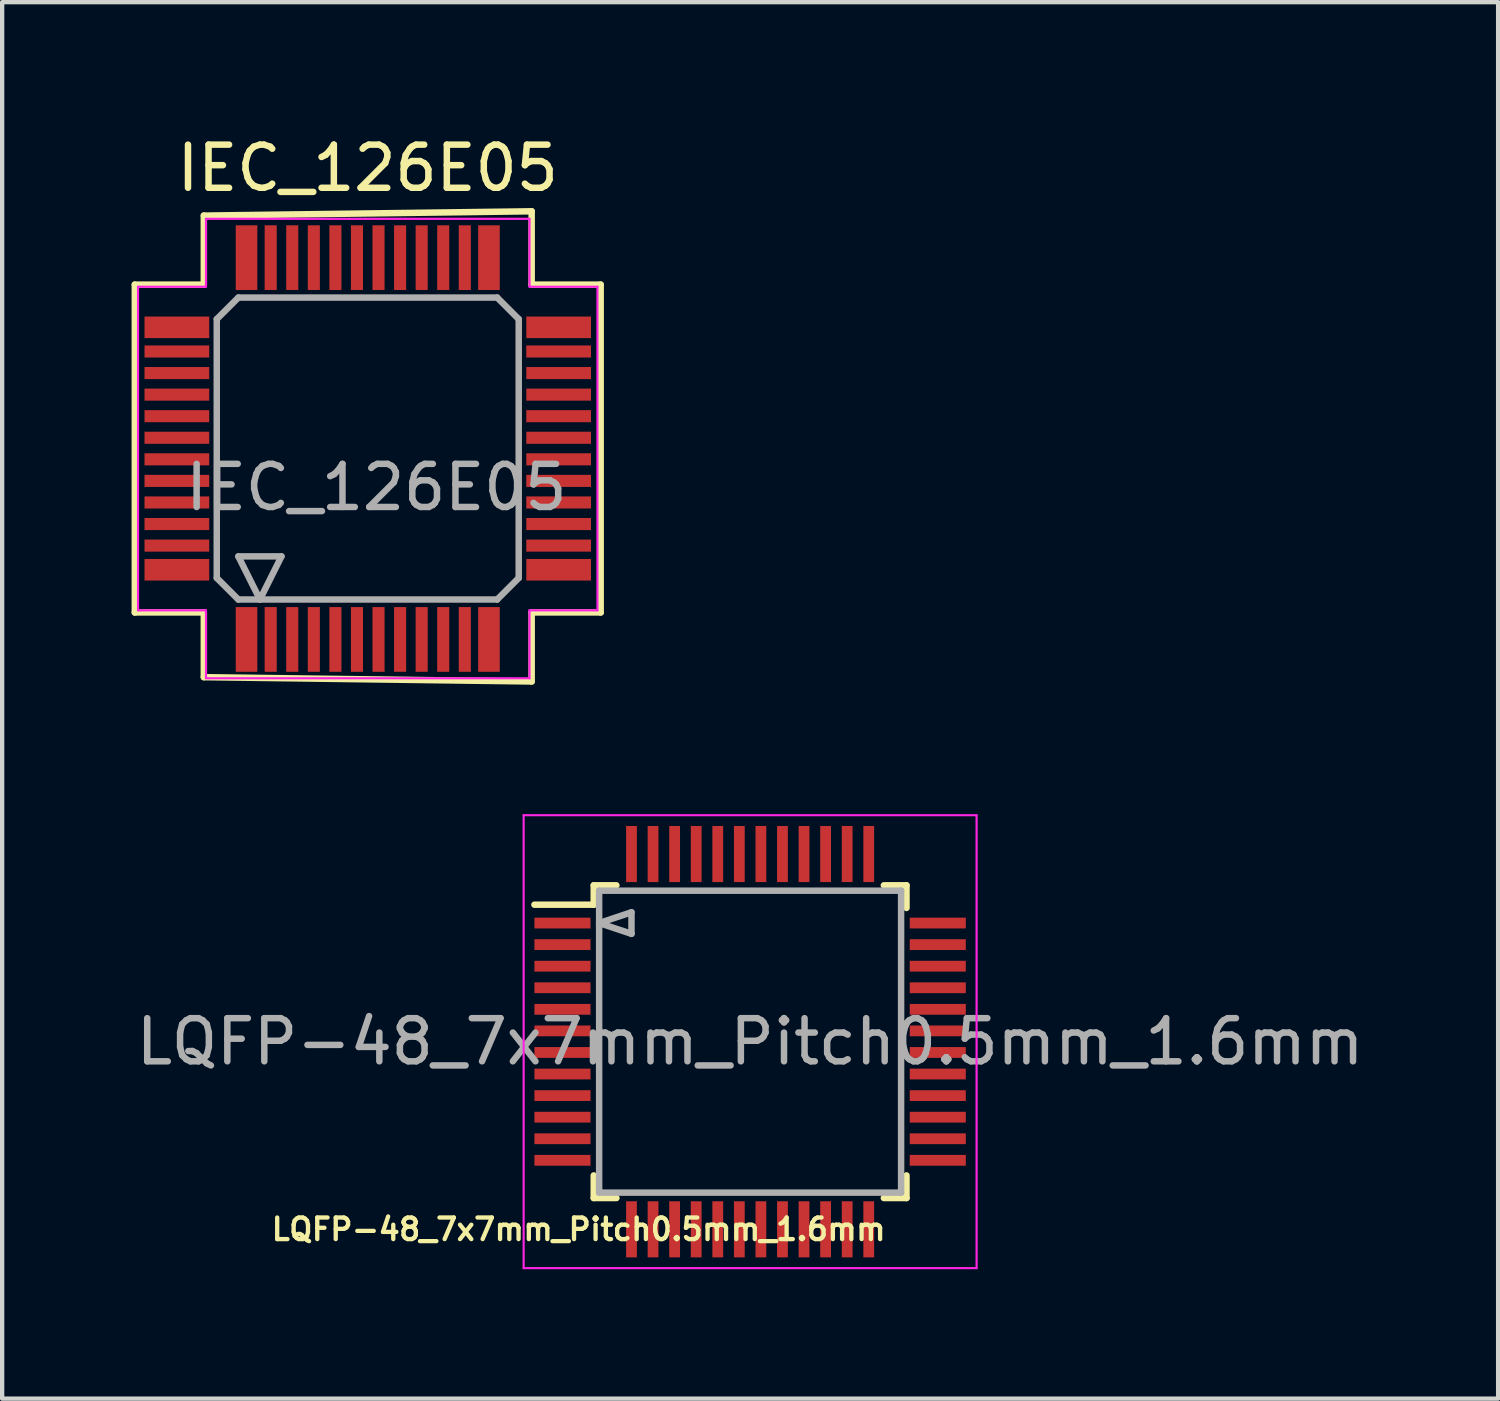
<source format=kicad_pcb>
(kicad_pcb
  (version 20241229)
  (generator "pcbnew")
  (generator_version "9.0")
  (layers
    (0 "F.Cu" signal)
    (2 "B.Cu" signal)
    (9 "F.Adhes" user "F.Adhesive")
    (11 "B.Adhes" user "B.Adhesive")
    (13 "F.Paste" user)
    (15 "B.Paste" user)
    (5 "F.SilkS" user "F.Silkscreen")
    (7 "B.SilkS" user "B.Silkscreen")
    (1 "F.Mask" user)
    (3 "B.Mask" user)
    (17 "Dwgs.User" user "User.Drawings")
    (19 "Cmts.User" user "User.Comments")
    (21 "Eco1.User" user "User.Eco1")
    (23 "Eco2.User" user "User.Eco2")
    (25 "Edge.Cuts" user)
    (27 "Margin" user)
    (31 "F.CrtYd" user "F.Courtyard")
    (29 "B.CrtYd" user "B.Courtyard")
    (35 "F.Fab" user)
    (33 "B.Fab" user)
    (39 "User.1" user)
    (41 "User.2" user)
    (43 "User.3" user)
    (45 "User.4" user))
  (footprint "IEC_126E05"
    (layer "F.Cu")
    (at 5.475 7.348)
    (property "Reference" "IEC_126E05" (at 0 -6.5 0) (layer "F.SilkS") (effects (font (size 1 1) (thickness 0.15))))
    (attr smd)
    (fp_line (start -5.4 -3.8) (end -5.4 3.8) (stroke (width 0.15) (type solid)) (layer "F.SilkS"))
    (fp_line (start -5.4 3.8) (end -3.8 3.8) (stroke (width 0.15) (type solid)) (layer "F.SilkS"))
    (fp_line (start -3.8 -5.4) (end -3.8 -3.8) (stroke (width 0.15) (type solid)) (layer "F.SilkS"))
    (fp_line (start -3.8 -3.8) (end -5.4 -3.8) (stroke (width 0.15) (type solid)) (layer "F.SilkS"))
    (fp_line (start -3.8 3.8) (end -3.8 5.3) (stroke (width 0.15) (type solid)) (layer "F.SilkS"))
    (fp_line (start -3.8 5.3) (end 3.8 5.4) (stroke (width 0.15) (type solid)) (layer "F.SilkS"))
    (fp_line (start 3.8 -5.5) (end -3.8 -5.4) (stroke (width 0.15) (type solid)) (layer "F.SilkS"))
    (fp_line (start 3.8 -3.8) (end 3.8 -5.5) (stroke (width 0.15) (type solid)) (layer "F.SilkS"))
    (fp_line (start 3.8 3.8) (end 5.4 3.8) (stroke (width 0.15) (type solid)) (layer "F.SilkS"))
    (fp_line (start 3.8 5.4) (end 3.8 3.8) (stroke (width 0.15) (type solid)) (layer "F.SilkS"))
    (fp_line (start 5.4 -3.8) (end 3.8 -3.8) (stroke (width 0.15) (type solid)) (layer "F.SilkS"))
    (fp_line (start 5.4 3.8) (end 5.4 -3.8) (stroke (width 0.15) (type solid)) (layer "F.SilkS"))
    (fp_line (start -5.325 -3.75) (end -5.325 3.75) (stroke (width 0.05) (type solid)) (layer "F.CrtYd"))
    (fp_line (start -5.325 -3.75) (end -3.75 -3.75) (stroke (width 0.05) (type solid)) (layer "F.CrtYd"))
    (fp_line (start -3.75 -3.75) (end -3.75 -5.325) (stroke (width 0.05) (type solid)) (layer "F.CrtYd"))
    (fp_line (start -3.75 3.75) (end -5.325 3.75) (stroke (width 0.05) (type solid)) (layer "F.CrtYd"))
    (fp_line (start -3.75 3.75) (end -3.75 5.325) (stroke (width 0.05) (type solid)) (layer "F.CrtYd"))
    (fp_line (start 3.75 -5.325) (end -3.75 -5.325) (stroke (width 0.05) (type solid)) (layer "F.CrtYd"))
    (fp_line (start 3.75 -3.75) (end 3.75 -5.325) (stroke (width 0.05) (type solid)) (layer "F.CrtYd"))
    (fp_line (start 3.75 -3.75) (end 5.325 -3.75) (stroke (width 0.05) (type solid)) (layer "F.CrtYd"))
    (fp_line (start 3.75 3.75) (end 3.75 5.325) (stroke (width 0.05) (type solid)) (layer "F.CrtYd"))
    (fp_line (start 3.75 3.75) (end 5.325 3.75) (stroke (width 0.05) (type solid)) (layer "F.CrtYd"))
    (fp_line (start 3.75 5.325) (end -3.75 5.325) (stroke (width 0.05) (type solid)) (layer "F.CrtYd"))
    (fp_line (start 5.325 -3.75) (end 5.325 3.75) (stroke (width 0.05) (type solid)) (layer "F.CrtYd"))
    (fp_line (start -3.5 -3) (end -3.5 3) (stroke (width 0.15) (type solid)) (layer "F.Fab"))
    (fp_line (start -3.5 -3) (end -3 -3.5) (stroke (width 0.15) (type solid)) (layer "F.Fab"))
    (fp_line (start -3 2.5) (end -2.5 3.5) (stroke (width 0.15) (type solid)) (layer "F.Fab"))
    (fp_line (start -3 3.5) (end -3.5 3) (stroke (width 0.15) (type solid)) (layer "F.Fab"))
    (fp_line (start -3 3.5) (end 3 3.5) (stroke (width 0.15) (type solid)) (layer "F.Fab"))
    (fp_line (start -2.5 3.5) (end -2 2.5) (stroke (width 0.15) (type solid)) (layer "F.Fab"))
    (fp_line (start -2 2.5) (end -3 2.5) (stroke (width 0.15) (type solid)) (layer "F.Fab"))
    (fp_line (start 3 -3.5) (end -3 -3.5) (stroke (width 0.15) (type solid)) (layer "F.Fab"))
    (fp_line (start 3.5 -3) (end 3 -3.5) (stroke (width 0.15) (type solid)) (layer "F.Fab"))
    (fp_line (start 3.5 3) (end 3 3.5) (stroke (width 0.15) (type solid)) (layer "F.Fab"))
    (fp_line (start 3.5 3) (end 3.5 -3) (stroke (width 0.15) (type solid)) (layer "F.Fab"))
    (fp_text user "${REFERENCE}" (at 0.2 0.9 0) (layer "F.Fab") (effects (font (size 1 1) (thickness 0.15))))
    (pad "1" smd rect (at -2.81 4.425) (size 0.5 1.5) (layers "F.Cu" "F.Mask" "F.Paste"))
    (pad "2" smd rect (at -2.25 4.425) (size 0.28 1.5) (layers "F.Cu" "F.Mask" "F.Paste"))
    (pad "3" smd rect (at -1.75 4.425) (size 0.28 1.5) (layers "F.Cu" "F.Mask" "F.Paste"))
    (pad "4" smd rect (at -1.25 4.425) (size 0.28 1.5) (layers "F.Cu" "F.Mask" "F.Paste"))
    (pad "5" smd rect (at -0.75 4.425) (size 0.28 1.5) (layers "F.Cu" "F.Mask" "F.Paste"))
    (pad "6" smd rect (at -0.25 4.425) (size 0.28 1.5) (layers "F.Cu" "F.Mask" "F.Paste"))
    (pad "7" smd rect (at 0.25 4.425) (size 0.28 1.5) (layers "F.Cu" "F.Mask" "F.Paste"))
    (pad "8" smd rect (at 0.75 4.425) (size 0.28 1.5) (layers "F.Cu" "F.Mask" "F.Paste"))
    (pad "9" smd rect (at 1.25 4.425) (size 0.28 1.5) (layers "F.Cu" "F.Mask" "F.Paste"))
    (pad "10" smd rect (at 1.75 4.425) (size 0.28 1.5) (layers "F.Cu" "F.Mask" "F.Paste"))
    (pad "11" smd rect (at 2.25 4.425) (size 0.28 1.5) (layers "F.Cu" "F.Mask" "F.Paste"))
    (pad "12" smd rect (at 2.81 4.425) (size 0.5 1.5) (layers "F.Cu" "F.Mask" "F.Paste"))
    (pad "13" smd rect (at 4.425 2.81) (size 1.5 0.5) (layers "F.Cu" "F.Mask" "F.Paste"))
    (pad "14" smd rect (at 4.425 2.25) (size 1.5 0.28) (layers "F.Cu" "F.Mask" "F.Paste"))
    (pad "15" smd rect (at 4.425 1.75) (size 1.5 0.28) (layers "F.Cu" "F.Mask" "F.Paste"))
    (pad "16" smd rect (at 4.425 1.25) (size 1.5 0.28) (layers "F.Cu" "F.Mask" "F.Paste"))
    (pad "17" smd rect (at 4.425 0.75) (size 1.5 0.28) (layers "F.Cu" "F.Mask" "F.Paste"))
    (pad "18" smd rect (at 4.425 0.25) (size 1.5 0.28) (layers "F.Cu" "F.Mask" "F.Paste"))
    (pad "19" smd rect (at 4.425 -0.25) (size 1.5 0.28) (layers "F.Cu" "F.Mask" "F.Paste"))
    (pad "20" smd rect (at 4.425 -0.75) (size 1.5 0.28) (layers "F.Cu" "F.Mask" "F.Paste"))
    (pad "21" smd rect (at 4.425 -1.25) (size 1.5 0.28) (layers "F.Cu" "F.Mask" "F.Paste"))
    (pad "22" smd rect (at 4.425 -1.75) (size 1.5 0.28) (layers "F.Cu" "F.Mask" "F.Paste"))
    (pad "23" smd rect (at 4.425 -2.25) (size 1.5 0.28) (layers "F.Cu" "F.Mask" "F.Paste"))
    (pad "24" smd rect (at 4.425 -2.81) (size 1.5 0.5) (layers "F.Cu" "F.Mask" "F.Paste"))
    (pad "25" smd rect (at 2.81 -4.425) (size 0.5 1.5) (layers "F.Cu" "F.Mask" "F.Paste"))
    (pad "26" smd rect (at 2.25 -4.425) (size 0.28 1.5) (layers "F.Cu" "F.Mask" "F.Paste"))
    (pad "27" smd rect (at 1.75 -4.425) (size 0.28 1.5) (layers "F.Cu" "F.Mask" "F.Paste"))
    (pad "28" smd rect (at 1.25 -4.425) (size 0.28 1.5) (layers "F.Cu" "F.Mask" "F.Paste"))
    (pad "29" smd rect (at 0.75 -4.425) (size 0.28 1.5) (layers "F.Cu" "F.Mask" "F.Paste"))
    (pad "30" smd rect (at 0.25 -4.425) (size 0.28 1.5) (layers "F.Cu" "F.Mask" "F.Paste"))
    (pad "31" smd rect (at -0.25 -4.425) (size 0.28 1.5) (layers "F.Cu" "F.Mask" "F.Paste"))
    (pad "32" smd rect (at -0.75 -4.425) (size 0.28 1.5) (layers "F.Cu" "F.Mask" "F.Paste"))
    (pad "33" smd rect (at -1.25 -4.425) (size 0.28 1.5) (layers "F.Cu" "F.Mask" "F.Paste"))
    (pad "34" smd rect (at -1.75 -4.425) (size 0.28 1.5) (layers "F.Cu" "F.Mask" "F.Paste"))
    (pad "35" smd rect (at -2.25 -4.425) (size 0.28 1.5) (layers "F.Cu" "F.Mask" "F.Paste"))
    (pad "36" smd rect (at -2.81 -4.425) (size 0.5 1.5) (layers "F.Cu" "F.Mask" "F.Paste"))
    (pad "37" smd rect (at -4.425 -2.81) (size 1.5 0.5) (layers "F.Cu" "F.Mask" "F.Paste"))
    (pad "38" smd rect (at -4.425 -2.25) (size 1.5 0.28) (layers "F.Cu" "F.Mask" "F.Paste"))
    (pad "39" smd rect (at -4.425 -1.75) (size 1.5 0.28) (layers "F.Cu" "F.Mask" "F.Paste"))
    (pad "40" smd rect (at -4.425 -1.25) (size 1.5 0.28) (layers "F.Cu" "F.Mask" "F.Paste"))
    (pad "41" smd rect (at -4.425 -0.75) (size 1.5 0.28) (layers "F.Cu" "F.Mask" "F.Paste"))
    (pad "42" smd rect (at -4.425 -0.25) (size 1.5 0.28) (layers "F.Cu" "F.Mask" "F.Paste"))
    (pad "43" smd rect (at -4.425 0.25) (size 1.5 0.28) (layers "F.Cu" "F.Mask" "F.Paste"))
    (pad "44" smd rect (at -4.425 0.75) (size 1.5 0.28) (layers "F.Cu" "F.Mask" "F.Paste"))
    (pad "45" smd rect (at -4.425 1.25) (size 1.5 0.28) (layers "F.Cu" "F.Mask" "F.Paste"))
    (pad "46" smd rect (at -4.425 1.75) (size 1.5 0.28) (layers "F.Cu" "F.Mask" "F.Paste"))
    (pad "47" smd rect (at -4.425 2.25) (size 1.5 0.28) (layers "F.Cu" "F.Mask" "F.Paste"))
    (pad "48" smd rect (at -4.425 2.81) (size 1.5 0.5) (layers "F.Cu" "F.Mask" "F.Paste")))
  (footprint "LQFP-48_7x7mm_Pitch0.5mm_1.6mm"
    (layer "F.Cu")
    (at 14.339 21.098)
    (property "Reference" "LQFP-48_7x7mm_Pitch0.5mm_1.6mm" (at -3.975 4.35 0) (layer "F.SilkS") (effects (font (size 0.5 0.5) (thickness 0.1))))
    (attr smd)
    (fp_line (start -3.625 -3.625) (end -3.625 -3.175) (stroke (width 0.15) (type solid)) (layer "F.SilkS"))
    (fp_line (start -3.625 -3.625) (end -3.1 -3.625) (stroke (width 0.15) (type solid)) (layer "F.SilkS"))
    (fp_line (start -3.625 -3.175) (end -5 -3.175) (stroke (width 0.15) (type solid)) (layer "F.SilkS"))
    (fp_line (start -3.625 3.625) (end -3.625 3.1) (stroke (width 0.15) (type solid)) (layer "F.SilkS"))
    (fp_line (start -3.625 3.625) (end -3.1 3.625) (stroke (width 0.15) (type solid)) (layer "F.SilkS"))
    (fp_line (start 3.625 -3.625) (end 3.1 -3.625) (stroke (width 0.15) (type solid)) (layer "F.SilkS"))
    (fp_line (start 3.625 -3.625) (end 3.625 -3.1) (stroke (width 0.15) (type solid)) (layer "F.SilkS"))
    (fp_line (start 3.625 3.625) (end 3.1 3.625) (stroke (width 0.15) (type solid)) (layer "F.SilkS"))
    (fp_line (start 3.625 3.625) (end 3.625 3.1) (stroke (width 0.15) (type solid)) (layer "F.SilkS"))
    (fp_line (start -5.25 -5.25) (end -5.25 5.25) (stroke (width 0.05) (type solid)) (layer "F.CrtYd"))
    (fp_line (start -5.25 -5.25) (end 5.25 -5.25) (stroke (width 0.05) (type solid)) (layer "F.CrtYd"))
    (fp_line (start -5.25 5.25) (end 5.25 5.25) (stroke (width 0.05) (type solid)) (layer "F.CrtYd"))
    (fp_line (start 5.25 -5.25) (end 5.25 5.25) (stroke (width 0.05) (type solid)) (layer "F.CrtYd"))
    (fp_line (start -3.5 -3.5) (end 3.5 -3.5) (stroke (width 0.15) (type solid)) (layer "F.Fab"))
    (fp_line (start -3.5 -2.75) (end -2.75 -3) (stroke (width 0.15) (type solid)) (layer "F.Fab"))
    (fp_line (start -3.5 -2.75) (end -2.75 -2.5) (stroke (width 0.15) (type solid)) (layer "F.Fab"))
    (fp_line (start -3.5 3.5) (end -3.5 -3.5) (stroke (width 0.15) (type solid)) (layer "F.Fab"))
    (fp_line (start -2.75 -2.5) (end -2.75 -3) (stroke (width 0.15) (type solid)) (layer "F.Fab"))
    (fp_line (start 3.5 -3.5) (end 3.5 3.5) (stroke (width 0.15) (type solid)) (layer "F.Fab"))
    (fp_line (start 3.5 3.5) (end -3.5 3.5) (stroke (width 0.15) (type solid)) (layer "F.Fab"))
    (fp_text user "${REFERENCE}" (at 0 0 0) (layer "F.Fab") (effects (font (size 1 1) (thickness 0.15))))
    (pad "1" smd rect (at -4.35 -2.75) (size 1.3 0.25) (layers "F.Cu" "F.Mask" "F.Paste"))
    (pad "2" smd rect (at -4.35 -2.25) (size 1.3 0.25) (layers "F.Cu" "F.Mask" "F.Paste"))
    (pad "3" smd rect (at -4.35 -1.75) (size 1.3 0.25) (layers "F.Cu" "F.Mask" "F.Paste"))
    (pad "4" smd rect (at -4.35 -1.25) (size 1.3 0.25) (layers "F.Cu" "F.Mask" "F.Paste"))
    (pad "5" smd rect (at -4.35 -0.75) (size 1.3 0.25) (layers "F.Cu" "F.Mask" "F.Paste"))
    (pad "6" smd rect (at -4.35 -0.25) (size 1.3 0.25) (layers "F.Cu" "F.Mask" "F.Paste"))
    (pad "7" smd rect (at -4.35 0.25) (size 1.3 0.25) (layers "F.Cu" "F.Mask" "F.Paste"))
    (pad "8" smd rect (at -4.35 0.75) (size 1.3 0.25) (layers "F.Cu" "F.Mask" "F.Paste"))
    (pad "9" smd rect (at -4.35 1.25) (size 1.3 0.25) (layers "F.Cu" "F.Mask" "F.Paste"))
    (pad "10" smd rect (at -4.35 1.75) (size 1.3 0.25) (layers "F.Cu" "F.Mask" "F.Paste"))
    (pad "11" smd rect (at -4.35 2.25) (size 1.3 0.25) (layers "F.Cu" "F.Mask" "F.Paste"))
    (pad "12" smd rect (at -4.35 2.75) (size 1.3 0.25) (layers "F.Cu" "F.Mask" "F.Paste"))
    (pad "13" smd rect (at -2.75 4.35 90) (size 1.3 0.25) (layers "F.Cu" "F.Mask" "F.Paste"))
    (pad "14" smd rect (at -2.25 4.35 90) (size 1.3 0.25) (layers "F.Cu" "F.Mask" "F.Paste"))
    (pad "15" smd rect (at -1.75 4.35 90) (size 1.3 0.25) (layers "F.Cu" "F.Mask" "F.Paste"))
    (pad "16" smd rect (at -1.25 4.35 90) (size 1.3 0.25) (layers "F.Cu" "F.Mask" "F.Paste"))
    (pad "17" smd rect (at -0.75 4.35 90) (size 1.3 0.25) (layers "F.Cu" "F.Mask" "F.Paste"))
    (pad "18" smd rect (at -0.25 4.35 90) (size 1.3 0.25) (layers "F.Cu" "F.Mask" "F.Paste"))
    (pad "19" smd rect (at 0.25 4.35 90) (size 1.3 0.25) (layers "F.Cu" "F.Mask" "F.Paste"))
    (pad "20" smd rect (at 0.75 4.35 90) (size 1.3 0.25) (layers "F.Cu" "F.Mask" "F.Paste"))
    (pad "21" smd rect (at 1.25 4.35 90) (size 1.3 0.25) (layers "F.Cu" "F.Mask" "F.Paste"))
    (pad "22" smd rect (at 1.75 4.35 90) (size 1.3 0.25) (layers "F.Cu" "F.Mask" "F.Paste"))
    (pad "23" smd rect (at 2.25 4.35 90) (size 1.3 0.25) (layers "F.Cu" "F.Mask" "F.Paste"))
    (pad "24" smd rect (at 2.75 4.35 90) (size 1.3 0.25) (layers "F.Cu" "F.Mask" "F.Paste"))
    (pad "25" smd rect (at 4.35 2.75) (size 1.3 0.25) (layers "F.Cu" "F.Mask" "F.Paste"))
    (pad "26" smd rect (at 4.35 2.25) (size 1.3 0.25) (layers "F.Cu" "F.Mask" "F.Paste"))
    (pad "27" smd rect (at 4.35 1.75) (size 1.3 0.25) (layers "F.Cu" "F.Mask" "F.Paste"))
    (pad "28" smd rect (at 4.35 1.25) (size 1.3 0.25) (layers "F.Cu" "F.Mask" "F.Paste"))
    (pad "29" smd rect (at 4.35 0.75) (size 1.3 0.25) (layers "F.Cu" "F.Mask" "F.Paste"))
    (pad "30" smd rect (at 4.35 0.25) (size 1.3 0.25) (layers "F.Cu" "F.Mask" "F.Paste"))
    (pad "31" smd rect (at 4.35 -0.25) (size 1.3 0.25) (layers "F.Cu" "F.Mask" "F.Paste"))
    (pad "32" smd rect (at 4.35 -0.75) (size 1.3 0.25) (layers "F.Cu" "F.Mask" "F.Paste"))
    (pad "33" smd rect (at 4.35 -1.25) (size 1.3 0.25) (layers "F.Cu" "F.Mask" "F.Paste"))
    (pad "34" smd rect (at 4.35 -1.75) (size 1.3 0.25) (layers "F.Cu" "F.Mask" "F.Paste"))
    (pad "35" smd rect (at 4.35 -2.25) (size 1.3 0.25) (layers "F.Cu" "F.Mask" "F.Paste"))
    (pad "36" smd rect (at 4.35 -2.75) (size 1.3 0.25) (layers "F.Cu" "F.Mask" "F.Paste"))
    (pad "37" smd rect (at 2.75 -4.35 90) (size 1.3 0.25) (layers "F.Cu" "F.Mask" "F.Paste"))
    (pad "38" smd rect (at 2.25 -4.35 90) (size 1.3 0.25) (layers "F.Cu" "F.Mask" "F.Paste"))
    (pad "39" smd rect (at 1.75 -4.35 90) (size 1.3 0.25) (layers "F.Cu" "F.Mask" "F.Paste"))
    (pad "40" smd rect (at 1.25 -4.35 90) (size 1.3 0.25) (layers "F.Cu" "F.Mask" "F.Paste"))
    (pad "41" smd rect (at 0.75 -4.35 90) (size 1.3 0.25) (layers "F.Cu" "F.Mask" "F.Paste"))
    (pad "42" smd rect (at 0.25 -4.35 90) (size 1.3 0.25) (layers "F.Cu" "F.Mask" "F.Paste"))
    (pad "43" smd rect (at -0.25 -4.35 90) (size 1.3 0.25) (layers "F.Cu" "F.Mask" "F.Paste"))
    (pad "44" smd rect (at -0.75 -4.35 90) (size 1.3 0.25) (layers "F.Cu" "F.Mask" "F.Paste"))
    (pad "45" smd rect (at -1.25 -4.35 90) (size 1.3 0.25) (layers "F.Cu" "F.Mask" "F.Paste"))
    (pad "46" smd rect (at -1.75 -4.35 90) (size 1.3 0.25) (layers "F.Cu" "F.Mask" "F.Paste"))
    (pad "47" smd rect (at -2.25 -4.35 90) (size 1.3 0.25) (layers "F.Cu" "F.Mask" "F.Paste"))
    (pad "48" smd rect (at -2.75 -4.35 90) (size 1.3 0.25) (layers "F.Cu" "F.Mask" "F.Paste")))
  (gr_rect
    (start -3 -3)
    (end 31.679 29.373)
    (stroke (width 0.1) (type default))
    (fill no)
    (layer "Edge.Cuts")))
</source>
